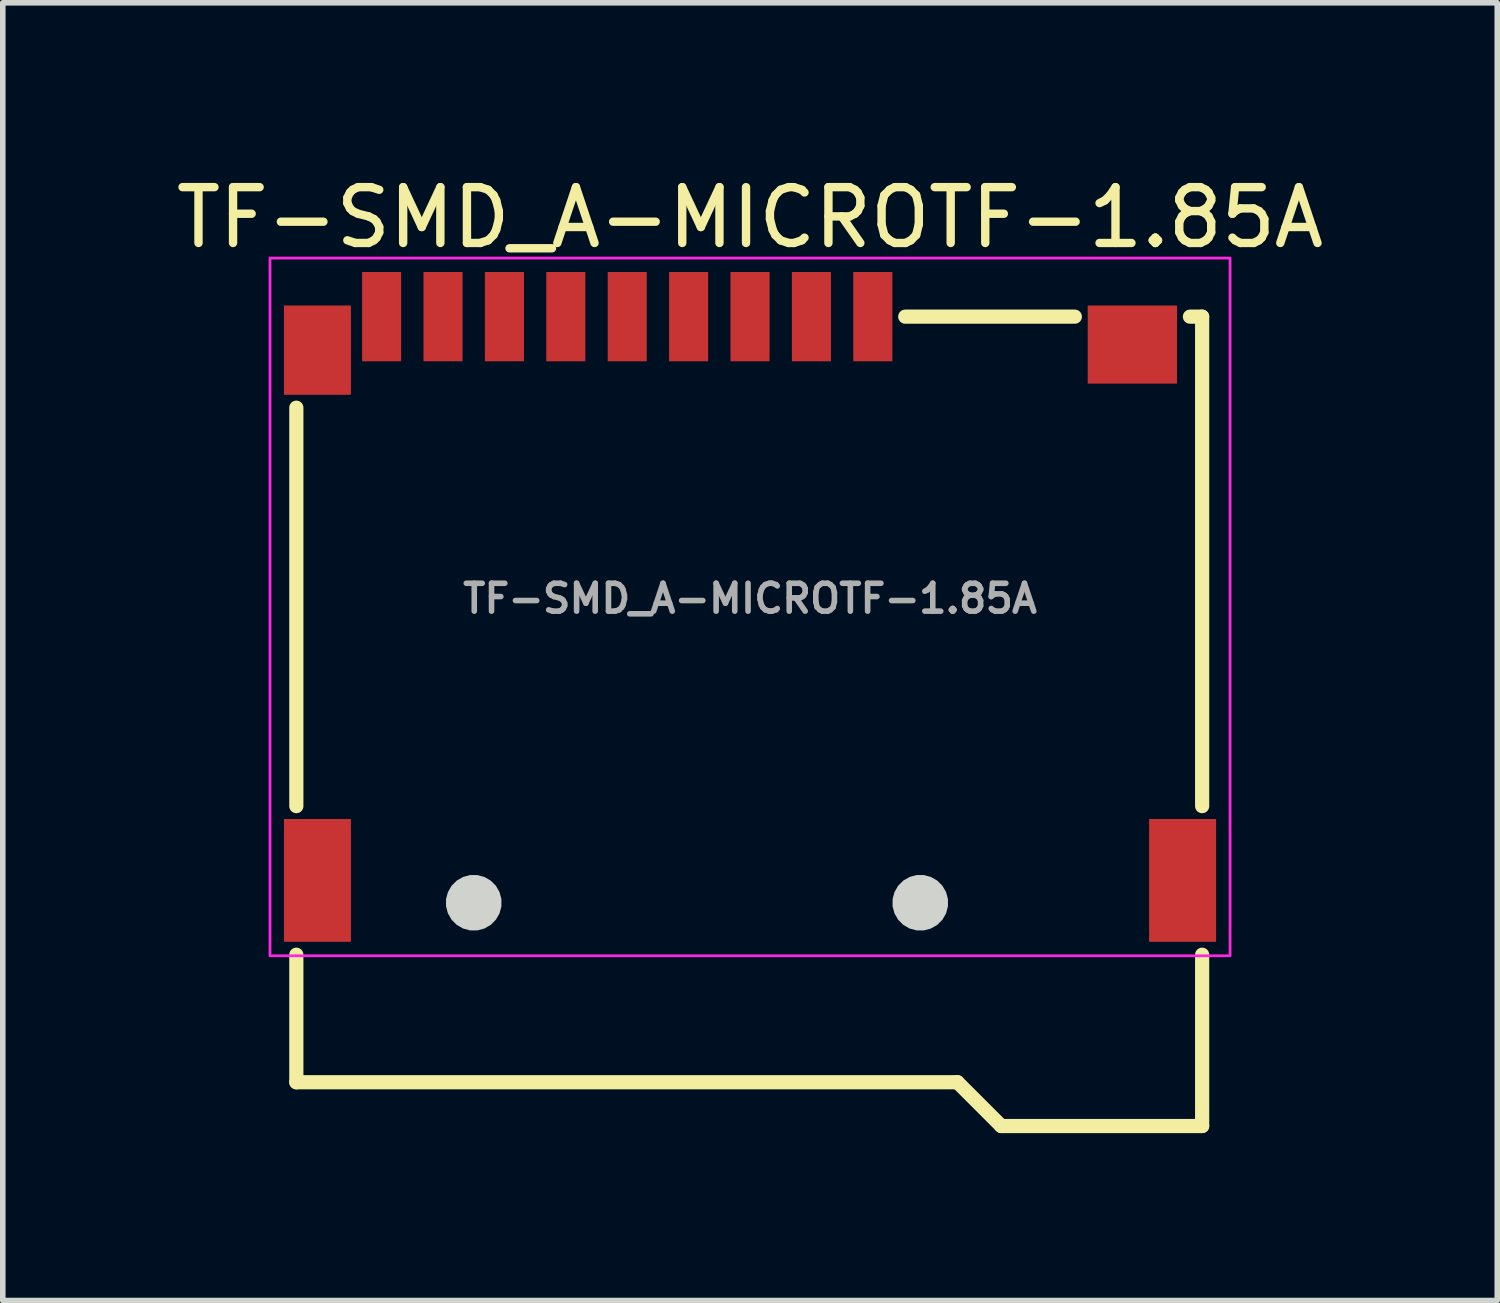
<source format=kicad_pcb>
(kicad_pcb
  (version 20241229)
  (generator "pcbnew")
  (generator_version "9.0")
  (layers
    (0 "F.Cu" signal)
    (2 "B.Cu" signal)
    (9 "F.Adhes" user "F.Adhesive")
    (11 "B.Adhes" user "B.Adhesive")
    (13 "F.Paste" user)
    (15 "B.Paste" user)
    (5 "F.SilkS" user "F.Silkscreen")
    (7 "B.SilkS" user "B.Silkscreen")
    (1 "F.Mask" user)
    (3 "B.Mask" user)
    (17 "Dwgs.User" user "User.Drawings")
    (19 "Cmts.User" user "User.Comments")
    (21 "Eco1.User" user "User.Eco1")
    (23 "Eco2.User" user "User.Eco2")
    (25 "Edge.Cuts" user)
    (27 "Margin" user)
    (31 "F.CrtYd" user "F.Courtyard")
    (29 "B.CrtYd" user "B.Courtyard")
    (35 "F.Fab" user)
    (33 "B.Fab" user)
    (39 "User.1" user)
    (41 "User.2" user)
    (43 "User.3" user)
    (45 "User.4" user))
  (footprint "TF-SMD_A-MICROTF-1.85A"
    (layer "F.Cu")
    (at 10.387 7.673)
    (property "Reference" "TF-SMD_A-MICROTF-1.85A" (at 0 -6.825 0) (layer "F.SilkS") (effects (font (size 1 1) (thickness 0.15))))
    (fp_line (start -8.128 -3.419) (end -8.128 3.719) (stroke (width 0.254) (type default)) (layer "F.SilkS"))
    (fp_line (start -8.128 6.381) (end -8.128 8.666) (stroke (width 0.254) (type default)) (layer "F.SilkS"))
    (fp_line (start -8.128 8.666) (end 3.717 8.666) (stroke (width 0.254) (type default)) (layer "F.SilkS"))
    (fp_line (start 3.717 8.666) (end 4.501 9.45) (stroke (width 0.254) (type default)) (layer "F.SilkS"))
    (fp_line (start 4.501 9.45) (end 8.1 9.45) (stroke (width 0.254) (type default)) (layer "F.SilkS"))
    (fp_line (start 5.819 -5.05) (end 2.781 -5.05) (stroke (width 0.254) (type default)) (layer "F.SilkS"))
    (fp_line (start 8.1 -5.05) (end 7.881 -5.05) (stroke (width 0.254) (type default)) (layer "F.SilkS"))
    (fp_line (start 8.1 3.719) (end 8.1 -5.05) (stroke (width 0.254) (type default)) (layer "F.SilkS"))
    (fp_line (start 8.1 9.45) (end 8.1 6.381) (stroke (width 0.254) (type default)) (layer "F.SilkS"))
    (fp_poly (pts (xy -4.454 5.385) (xy -4.488 5.259) (xy -4.553 5.146) (xy -4.646 5.053) (xy -4.759 4.988) (xy -4.885 4.954) (xy -5.015 4.954) (xy -5.141 4.988) (xy -5.254 5.053) (xy -5.347 5.146) (xy -5.412 5.259) (xy -5.446 5.385) (xy -5.446 5.515) (xy -5.412 5.641) (xy -5.347 5.754) (xy -5.254 5.847) (xy -5.141 5.912) (xy -5.015 5.946) (xy -4.885 5.946) (xy -4.759 5.912) (xy -4.646 5.847) (xy -4.553 5.754) (xy -4.488 5.641) (xy -4.454 5.515)) (stroke (width 0) (type default)) (fill yes) (layer "Edge.Cuts"))
    (fp_poly (pts (xy 3.546 5.385) (xy 3.512 5.259) (xy 3.447 5.146) (xy 3.354 5.053) (xy 3.241 4.988) (xy 3.115 4.954) (xy 2.985 4.954) (xy 2.859 4.988) (xy 2.746 5.053) (xy 2.653 5.146) (xy 2.588 5.259) (xy 2.554 5.385) (xy 2.554 5.515) (xy 2.588 5.641) (xy 2.653 5.754) (xy 2.746 5.847) (xy 2.859 5.912) (xy 2.985 5.946) (xy 3.115 5.946) (xy 3.241 5.912) (xy 3.354 5.847) (xy 3.447 5.754) (xy 3.512 5.641) (xy 3.546 5.515)) (stroke (width 0) (type default)) (fill yes) (layer "Edge.Cuts"))
    (fp_rect (start -8.6 -6.1) (end 8.6 6.4) (stroke (width 0.05) (type default)) (fill no) (layer "F.CrtYd"))
    (fp_text user "${REFERENCE}" (at 0 0 0) (layer "F.Fab") (effects (font (size 0.5 0.5) (thickness 0.1))))
    (pad "1" smd rect (at 2.2 -5.05) (size 0.7 1.6) (layers "F.Cu" "F.Mask" "F.Paste"))
    (pad "2" smd rect (at 1.1 -5.05) (size 0.7 1.6) (layers "F.Cu" "F.Mask" "F.Paste"))
    (pad "3" smd rect (at 0 -5.05) (size 0.7 1.6) (layers "F.Cu" "F.Mask" "F.Paste"))
    (pad "4" smd rect (at -1.1 -5.05) (size 0.7 1.6) (layers "F.Cu" "F.Mask" "F.Paste"))
    (pad "5" smd rect (at -2.2 -5.05) (size 0.7 1.6) (layers "F.Cu" "F.Mask" "F.Paste"))
    (pad "6" smd rect (at -3.3 -5.05) (size 0.7 1.6) (layers "F.Cu" "F.Mask" "F.Paste"))
    (pad "7" smd rect (at -4.4 -5.05) (size 0.7 1.6) (layers "F.Cu" "F.Mask" "F.Paste"))
    (pad "8" smd rect (at -5.5 -5.05) (size 0.7 1.6) (layers "F.Cu" "F.Mask" "F.Paste"))
    (pad "9" smd rect (at -6.6 -5.05) (size 0.7 1.6) (layers "F.Cu" "F.Mask" "F.Paste"))
    (pad "10" smd rect (at -7.75 -4.45) (size 1.2 1.6) (layers "F.Cu" "F.Mask" "F.Paste"))
    (pad "10" smd rect (at -7.75 5.05 90) (size 2.2 1.2) (layers "F.Cu" "F.Mask" "F.Paste"))
    (pad "10" smd rect (at 6.85 -4.55) (size 1.6 1.4) (layers "F.Cu" "F.Mask" "F.Paste"))
    (pad "10" smd rect (at 7.75 5.05) (size 1.2 2.2) (layers "F.Cu" "F.Mask" "F.Paste")))
  (gr_rect
    (start -3 -3)
    (end 23.774 20.25)
    (stroke (width 0.1) (type default))
    (fill no)
    (layer "Edge.Cuts")))
</source>
